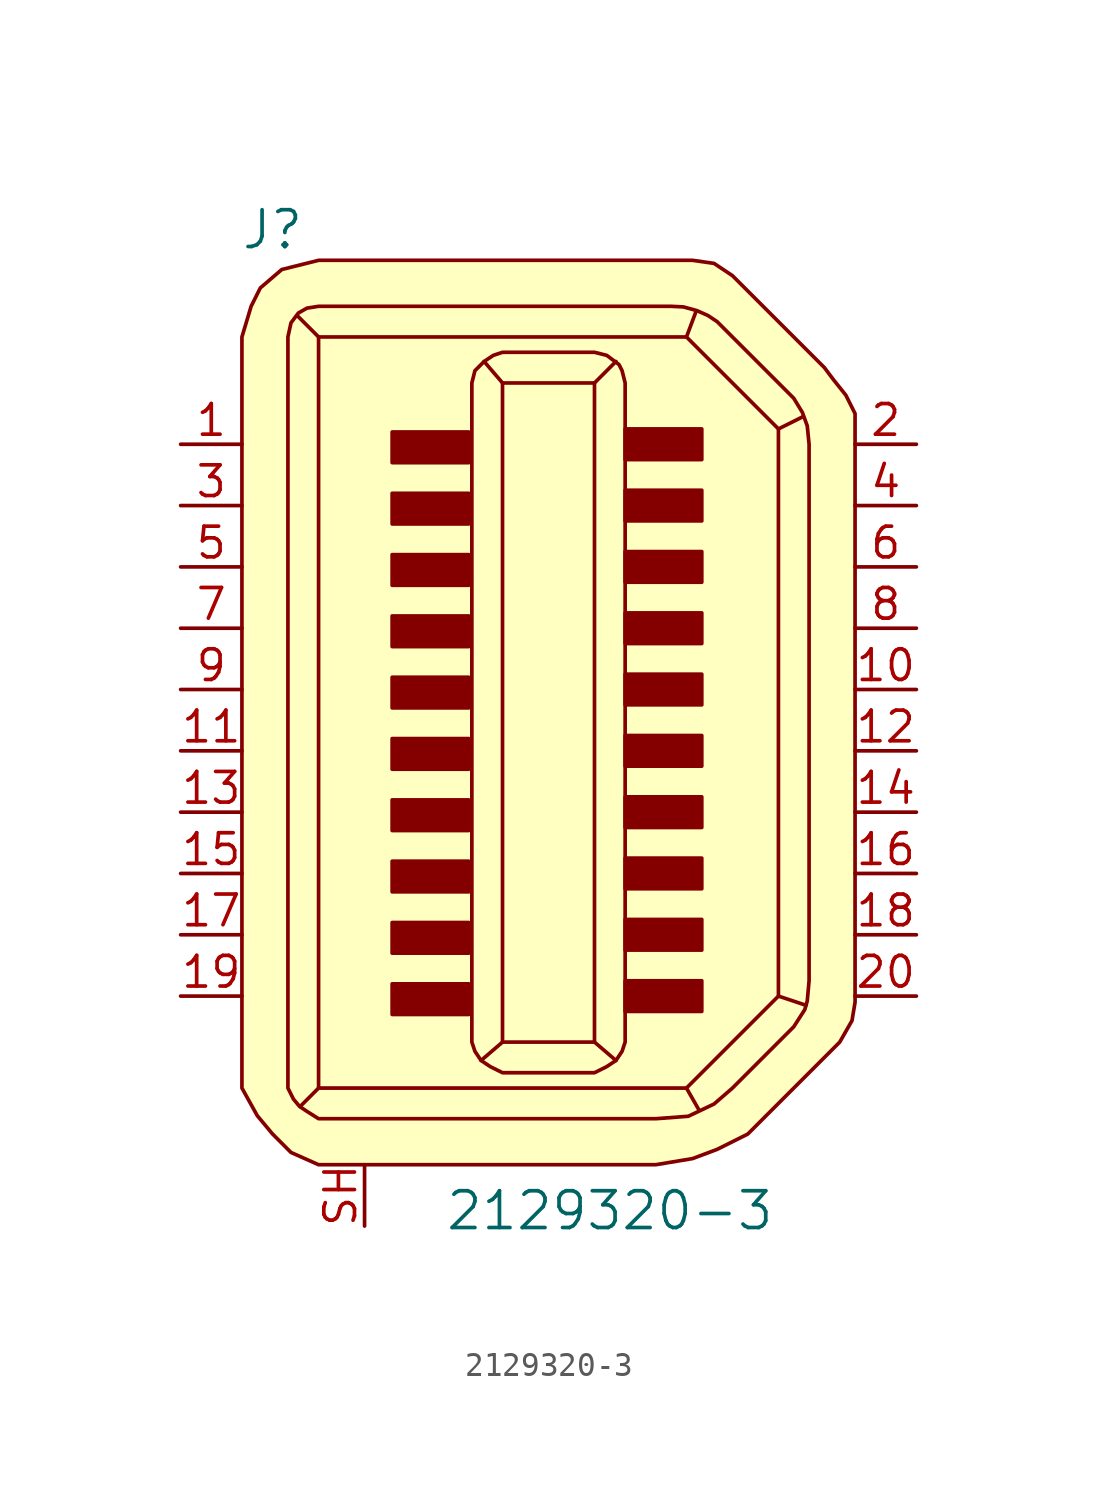
<source format=kicad_sym>
(kicad_symbol_lib
  (version 20220914)
  (generator kicad_symbol_editor)
  (symbol "2129320-3"
    (pin_names
      (offset 1.016))
    (property "Reference" "J"
      (at -11.43 19.05 0)
      (effects (font (size 1.524 1.524))))
    (property "Value" "2129320-3"
      (at 2.54 -21.59 0)
      (effects (font (size 1.524 1.524))))
    (symbol "2129320-3_0_1"
      (rectangle (start -3.302 -12.192) (end -6.477 -13.462) (stroke (width 0) (type default)) (fill (type outline)))
      (rectangle (start -3.302 -9.652) (end -6.477 -10.922) (stroke (width 0) (type default)) (fill (type outline)))
      (rectangle (start -3.302 -7.112) (end -6.477 -8.382) (stroke (width 0) (type default)) (fill (type outline)))
      (rectangle (start -3.302 -4.572) (end -6.477 -5.842) (stroke (width 0) (type default)) (fill (type outline)))
      (rectangle (start -3.302 -2.032) (end -6.477 -3.302) (stroke (width 0) (type default)) (fill (type outline)))
      (rectangle (start -3.302 0.508) (end -6.477 -0.762) (stroke (width 0) (type default)) (fill (type outline)))
      (rectangle (start -3.302 3.048) (end -6.477 1.778) (stroke (width 0) (type default)) (fill (type outline)))
      (rectangle (start -3.302 5.588) (end -6.477 4.318) (stroke (width 0) (type default)) (fill (type outline)))
      (rectangle (start -3.302 8.128) (end -6.477 6.858) (stroke (width 0) (type default)) (fill (type outline)))
      (rectangle (start -3.302 10.668) (end -6.477 9.398) (stroke (width 0) (type default)) (fill (type outline)))
      (polyline (pts (xy -9.525 -16.51) (xy -10.287 -17.272)) (stroke (width 0) (type default)) (fill (type none)))
      (polyline (pts (xy -9.525 14.605) (xy -10.414 15.494)) (stroke (width 0) (type default)) (fill (type none)))
      (polyline (pts (xy -1.905 -14.605) (xy -2.794 -15.367)) (stroke (width 0) (type default)) (fill (type none)))
      (polyline (pts (xy -1.905 12.7) (xy -2.667 13.589)) (stroke (width 0) (type default)) (fill (type none)))
      (polyline (pts (xy 1.905 -14.605) (xy 2.794 -15.367)) (stroke (width 0) (type default)) (fill (type none)))
      (polyline (pts (xy 1.905 12.7) (xy 2.794 13.589)) (stroke (width 0) (type default)) (fill (type none)))
      (polyline (pts (xy 5.715 -16.51) (xy 6.223 -17.399)) (stroke (width 0) (type default)) (fill (type none)))
      (polyline (pts (xy 5.715 14.605) (xy 6.096 15.621)) (stroke (width 0) (type default)) (fill (type none)))
      (polyline (pts (xy 9.525 -12.7) (xy 10.668 -13.081)) (stroke (width 0) (type default)) (fill (type none)))
      (polyline (pts (xy 9.525 10.795) (xy 10.541 11.303)) (stroke (width 0) (type default)) (fill (type none)))
      (polyline (pts (xy -9.525 -16.51) (xy 5.715 -16.51) (xy 9.525 -12.7) (xy 9.525 10.795) (xy 5.715 14.605) (xy -9.525 14.605) (xy -9.525 -16.51)) (stroke (width 0) (type default)) (fill (type background)))
      (polyline (pts (xy 1.905 -15.875) (xy -1.905 -15.875) (xy -2.413 -15.621) (xy -2.794 -15.367) (xy -3.048 -14.986) (xy -3.175 -14.605) (xy -3.175 12.7) (xy -3.048 13.208) (xy -2.667 13.589) (xy -2.286 13.843) (xy -1.905 13.97) (xy 1.905 13.97) (xy 2.413 13.843) (xy 2.921 13.462) (xy 3.048 13.208) (xy 3.175 12.7) (xy 3.175 -14.605) (xy 3.048 -14.986) (xy 2.794 -15.367) (xy 2.413 -15.621) (xy 1.905 -15.875)) (stroke (width 0) (type default)) (fill (type background)))
      (polyline (pts (xy -1.905 -19.685) (xy -9.525 -19.685) (xy -10.668 -19.177) (xy -11.43 -18.415) (xy -12.065 -17.653) (xy -12.7 -16.51) (xy -12.7 14.605) (xy -12.319 15.875) (xy -11.938 16.637) (xy -11.049 17.399) (xy -9.525 17.78) (xy 5.08 17.78) (xy 5.969 17.78) (xy 6.858 17.653) (xy 7.62 17.145) (xy 11.43 13.335) (xy 11.811 12.827) (xy 12.319 12.192) (xy 12.7 11.43) (xy 12.7 -12.065) (xy 12.7 -12.954) (xy 12.573 -13.716) (xy 12.065 -14.605) (xy 8.255 -18.415) (xy 6.985 -19.05) (xy 5.969 -19.431) (xy 4.445 -19.685) (xy -1.905 -19.685)) (stroke (width 0) (type default)) (fill (type background)))
      (polyline (pts (xy -2.54 -17.78) (xy -9.525 -17.78) (xy -10.008 -17.475) (xy -10.312 -17.272) (xy -10.566 -16.967) (xy -10.795 -16.51) (xy -10.795 14.605) (xy -10.668 15.189) (xy -10.363 15.596) (xy -10.008 15.799) (xy -9.525 15.875) (xy 5.08 15.875) (xy 5.588 15.85) (xy 6.147 15.697) (xy 6.604 15.494) (xy 6.985 15.24) (xy 10.16 12.065) (xy 10.516 11.481) (xy 10.719 10.922) (xy 10.795 10.16) (xy 10.795 -12.065) (xy 10.719 -12.903) (xy 10.617 -13.259) (xy 10.16 -13.97) (xy 7.62 -16.51) (xy 6.858 -17.17) (xy 5.791 -17.678) (xy 4.445 -17.78) (xy -2.54 -17.78)) (stroke (width 0) (type default)) (fill (type none)))
      (rectangle (start 1.905 12.7) (end -1.905 -14.605) (stroke (width 0) (type default)) (fill (type none)))
      (rectangle (start 6.35 -12.065) (end 3.175 -13.335) (stroke (width 0) (type default)) (fill (type outline)))
      (rectangle (start 6.35 -9.525) (end 3.175 -10.795) (stroke (width 0) (type default)) (fill (type outline)))
      (rectangle (start 6.35 -6.985) (end 3.175 -8.255) (stroke (width 0) (type default)) (fill (type outline)))
      (rectangle (start 6.35 -4.445) (end 3.175 -5.715) (stroke (width 0) (type default)) (fill (type outline)))
      (rectangle (start 6.35 -1.905) (end 3.175 -3.175) (stroke (width 0) (type default)) (fill (type outline)))
      (rectangle (start 6.35 0.635) (end 3.175 -0.635) (stroke (width 0) (type default)) (fill (type outline)))
      (rectangle (start 6.35 3.175) (end 3.175 1.905) (stroke (width 0) (type default)) (fill (type outline)))
      (rectangle (start 6.35 5.715) (end 3.175 4.445) (stroke (width 0) (type default)) (fill (type outline)))
      (rectangle (start 6.35 8.255) (end 3.175 6.985) (stroke (width 0) (type default)) (fill (type outline)))
      (rectangle (start 6.35 10.795) (end 3.175 9.525) (stroke (width 0) (type default)) (fill (type outline))))
    (symbol "2129320-3_1_1"
      (pin passive line (at -15.24 10.16 0) (length 2.54) (name "~" (effects (font (size 1.27 1.27)))) (number "1" (effects (font (size 1.27 1.27)))))
      (pin passive line (at 15.24 0 180) (length 2.54) (name "~" (effects (font (size 1.27 1.27)))) (number "10" (effects (font (size 1.27 1.27)))))
      (pin passive line (at -15.24 -2.54 0) (length 2.54) (name "~" (effects (font (size 1.27 1.27)))) (number "11" (effects (font (size 1.27 1.27)))))
      (pin passive line (at 15.24 -2.54 180) (length 2.54) (name "~" (effects (font (size 1.27 1.27)))) (number "12" (effects (font (size 1.27 1.27)))))
      (pin passive line (at -15.24 -5.08 0) (length 2.54) (name "~" (effects (font (size 1.27 1.27)))) (number "13" (effects (font (size 1.27 1.27)))))
      (pin passive line (at 15.24 -5.08 180) (length 2.54) (name "~" (effects (font (size 1.27 1.27)))) (number "14" (effects (font (size 1.27 1.27)))))
      (pin passive line (at -15.24 -7.62 0) (length 2.54) (name "~" (effects (font (size 1.27 1.27)))) (number "15" (effects (font (size 1.27 1.27)))))
      (pin passive line (at 15.24 -7.62 180) (length 2.54) (name "~" (effects (font (size 1.27 1.27)))) (number "16" (effects (font (size 1.27 1.27)))))
      (pin passive line (at -15.24 -10.16 0) (length 2.54) (name "~" (effects (font (size 1.27 1.27)))) (number "17" (effects (font (size 1.27 1.27)))))
      (pin passive line (at 15.24 -10.16 180) (length 2.54) (name "~" (effects (font (size 1.27 1.27)))) (number "18" (effects (font (size 1.27 1.27)))))
      (pin passive line (at -15.24 -12.7 0) (length 2.54) (name "~" (effects (font (size 1.27 1.27)))) (number "19" (effects (font (size 1.27 1.27)))))
      (pin passive line (at 15.24 10.16 180) (length 2.54) (name "~" (effects (font (size 1.27 1.27)))) (number "2" (effects (font (size 1.27 1.27)))))
      (pin passive line (at 15.24 -12.7 180) (length 2.54) (name "~" (effects (font (size 1.27 1.27)))) (number "20" (effects (font (size 1.27 1.27)))))
      (pin passive line (at -15.24 7.62 0) (length 2.54) (name "~" (effects (font (size 1.27 1.27)))) (number "3" (effects (font (size 1.27 1.27)))))
      (pin passive line (at 15.24 7.62 180) (length 2.54) (name "~" (effects (font (size 1.27 1.27)))) (number "4" (effects (font (size 1.27 1.27)))))
      (pin passive line (at -15.24 5.08 0) (length 2.54) (name "~" (effects (font (size 1.27 1.27)))) (number "5" (effects (font (size 1.27 1.27)))))
      (pin passive line (at 15.24 5.08 180) (length 2.54) (name "~" (effects (font (size 1.27 1.27)))) (number "6" (effects (font (size 1.27 1.27)))))
      (pin passive line (at -15.24 2.54 0) (length 2.54) (name "~" (effects (font (size 1.27 1.27)))) (number "7" (effects (font (size 1.27 1.27)))))
      (pin passive line (at 15.24 2.54 180) (length 2.54) (name "~" (effects (font (size 1.27 1.27)))) (number "8" (effects (font (size 1.27 1.27)))))
      (pin passive line (at -15.24 0 0) (length 2.54) (name "~" (effects (font (size 1.27 1.27)))) (number "9" (effects (font (size 1.27 1.27)))))
      (pin passive line (at -7.62 -22.225 90) (length 2.54) (name "~" (effects (font (size 1.27 1.27)))) (number "SH" (effects (font (size 1.27 1.27))))))))
</source>
